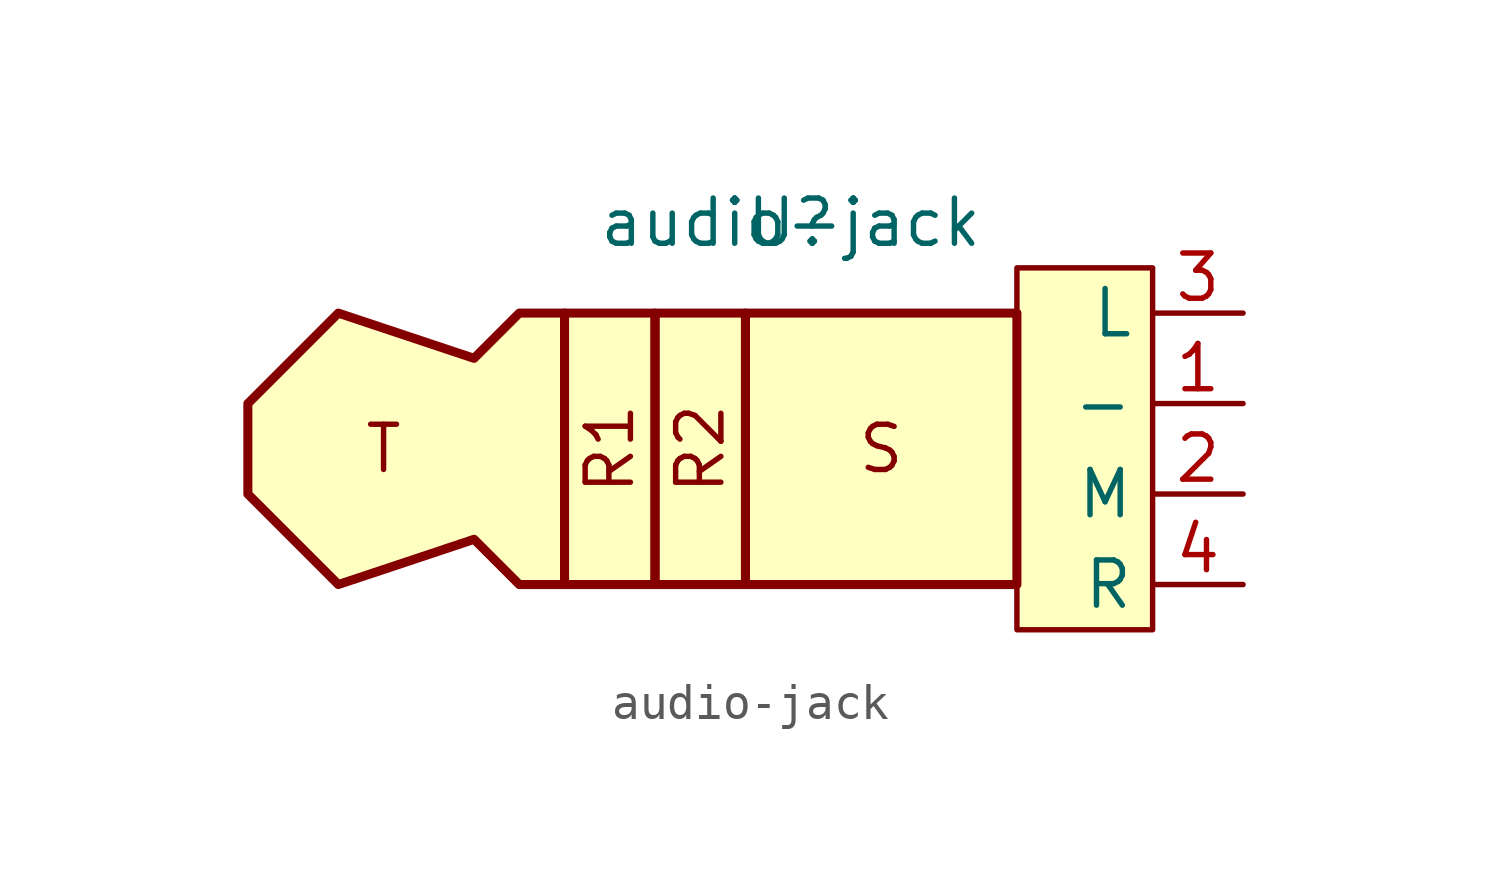
<source format=kicad_sym>
(kicad_symbol_lib
  (version 20211014)
  (generator kicad_symbol_editor)
  (symbol "audio-jack"
    (property "Reference" "U"
      (at 0 0 0)
      (effects (font (size 1.27 1.27))))
    (property "Value" "audio-jack"
      (at 0 0 0)
      (effects (font (size 1.27 1.27))))
    (symbol "audio-jack_0_0"
      (text "R1" (at -5.08 -6.35 900) (effects (font (size 1.27 1.27))))
      (text "R2" (at -2.54 -6.35 900) (effects (font (size 1.27 1.27))))
      (text "S" (at 2.54 -6.35 0) (effects (font (size 1.27 1.27))))
      (text "T" (at -11.43 -6.35 0) (effects (font (size 1.27 1.27)))))
    (symbol "audio-jack_0_1"
      (rectangle (start -3.81 -2.54) (end -6.35 -10.16) (stroke (width 0.254) (type default) (color 0 0 0 0)) (fill (type background)))
      (rectangle (start -1.27 -2.54) (end -3.81 -10.16) (stroke (width 0.254) (type default) (color 0 0 0 0)) (fill (type background)))
      (rectangle (start -1.27 -2.54) (end 6.35 -10.16) (stroke (width 0.254) (type default) (color 0 0 0 0)) (fill (type background)))
      (polyline (pts (xy -6.35 -2.54) (xy -7.62 -2.54) (xy -8.89 -3.81) (xy -12.7 -2.54) (xy -15.24 -5.08) (xy -15.24 -7.62) (xy -12.7 -10.16) (xy -8.89 -8.89) (xy -7.62 -10.16) (xy -6.35 -10.16) (xy -6.35 -2.54)) (stroke (width 0.254) (type default) (color 0 0 0 0)) (fill (type background)))
      (rectangle (start 10.16 -1.27) (end 6.35 -11.43) (stroke (width 0) (type default) (color 0 0 0 0)) (fill (type background))))
    (symbol "audio-jack_1_1"
      (pin passive line (at 12.7 -5.08 180) (length 2.54) (name "-" (effects (font (size 1.27 1.27)))) (number "1" (effects (font (size 1.27 1.27)))))
      (pin passive line (at 12.7 -7.62 180) (length 2.54) (name "M" (effects (font (size 1.27 1.27)))) (number "2" (effects (font (size 1.27 1.27)))))
      (pin passive line (at 12.7 -2.54 180) (length 2.54) (name "L" (effects (font (size 1.27 1.27)))) (number "3" (effects (font (size 1.27 1.27)))))
      (pin passive line (at 12.7 -10.16 180) (length 2.54) (name "R" (effects (font (size 1.27 1.27)))) (number "4" (effects (font (size 1.27 1.27))))))))
</source>
